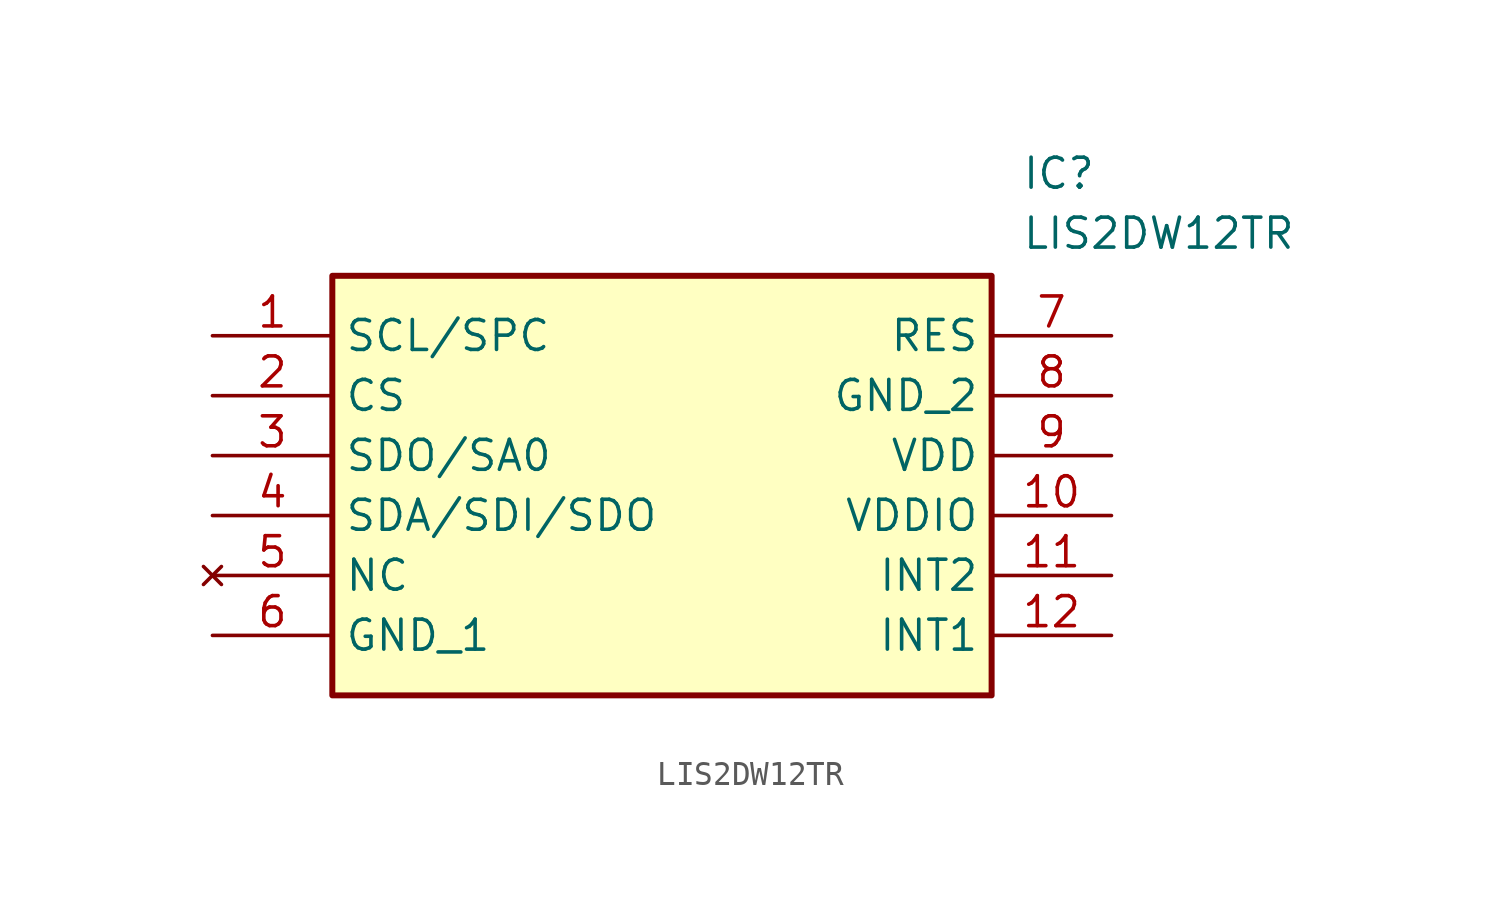
<source format=kicad_sym>
(kicad_symbol_lib
  (version 20211014)
  (generator SamacSys_ECAD_Model)
  (symbol "LIS2DW12TR"
    (property "Reference" "IC"
      (at 34.29 7.62 0)
      (effects (font (size 1.27 1.27)) (justify left top)))
    (property "Value" "LIS2DW12TR"
      (at 34.29 5.08 0)
      (effects (font (size 1.27 1.27)) (justify left top)))
    (rectangle
      (start 5.08 2.54)
      (end 33.02 -15.24)
      (stroke (width 0.254) (type default))
      (fill (type background)))
    (pin passive line
      (at 0 0 0)
      (length 5.08)
      (name "SCL/SPC" (effects (font (size 1.27 1.27))))
      (number "1" (effects (font (size 1.27 1.27)))))
    (pin passive line
      (at 0 -2.54 0)
      (length 5.08)
      (name "CS" (effects (font (size 1.27 1.27))))
      (number "2" (effects (font (size 1.27 1.27)))))
    (pin passive line
      (at 0 -5.08 0)
      (length 5.08)
      (name "SDO/SA0" (effects (font (size 1.27 1.27))))
      (number "3" (effects (font (size 1.27 1.27)))))
    (pin passive line
      (at 0 -7.62 0)
      (length 5.08)
      (name "SDA/SDI/SDO" (effects (font (size 1.27 1.27))))
      (number "4" (effects (font (size 1.27 1.27)))))
    (pin no_connect line
      (at 0 -10.16 0)
      (length 5.08)
      (name "NC" (effects (font (size 1.27 1.27))))
      (number "5" (effects (font (size 1.27 1.27)))))
    (pin passive line
      (at 0 -12.7 0)
      (length 5.08)
      (name "GND_1" (effects (font (size 1.27 1.27))))
      (number "6" (effects (font (size 1.27 1.27)))))
    (pin passive line
      (at 38.1 0 180)
      (length 5.08)
      (name "RES" (effects (font (size 1.27 1.27))))
      (number "7" (effects (font (size 1.27 1.27)))))
    (pin passive line
      (at 38.1 -2.54 180)
      (length 5.08)
      (name "GND_2" (effects (font (size 1.27 1.27))))
      (number "8" (effects (font (size 1.27 1.27)))))
    (pin passive line
      (at 38.1 -5.08 180)
      (length 5.08)
      (name "VDD" (effects (font (size 1.27 1.27))))
      (number "9" (effects (font (size 1.27 1.27)))))
    (pin passive line
      (at 38.1 -7.62 180)
      (length 5.08)
      (name "VDDIO" (effects (font (size 1.27 1.27))))
      (number "10" (effects (font (size 1.27 1.27)))))
    (pin passive line
      (at 38.1 -10.16 180)
      (length 5.08)
      (name "INT2" (effects (font (size 1.27 1.27))))
      (number "11" (effects (font (size 1.27 1.27)))))
    (pin passive line
      (at 38.1 -12.7 180)
      (length 5.08)
      (name "INT1" (effects (font (size 1.27 1.27))))
      (number "12" (effects (font (size 1.27 1.27)))))))
</source>
